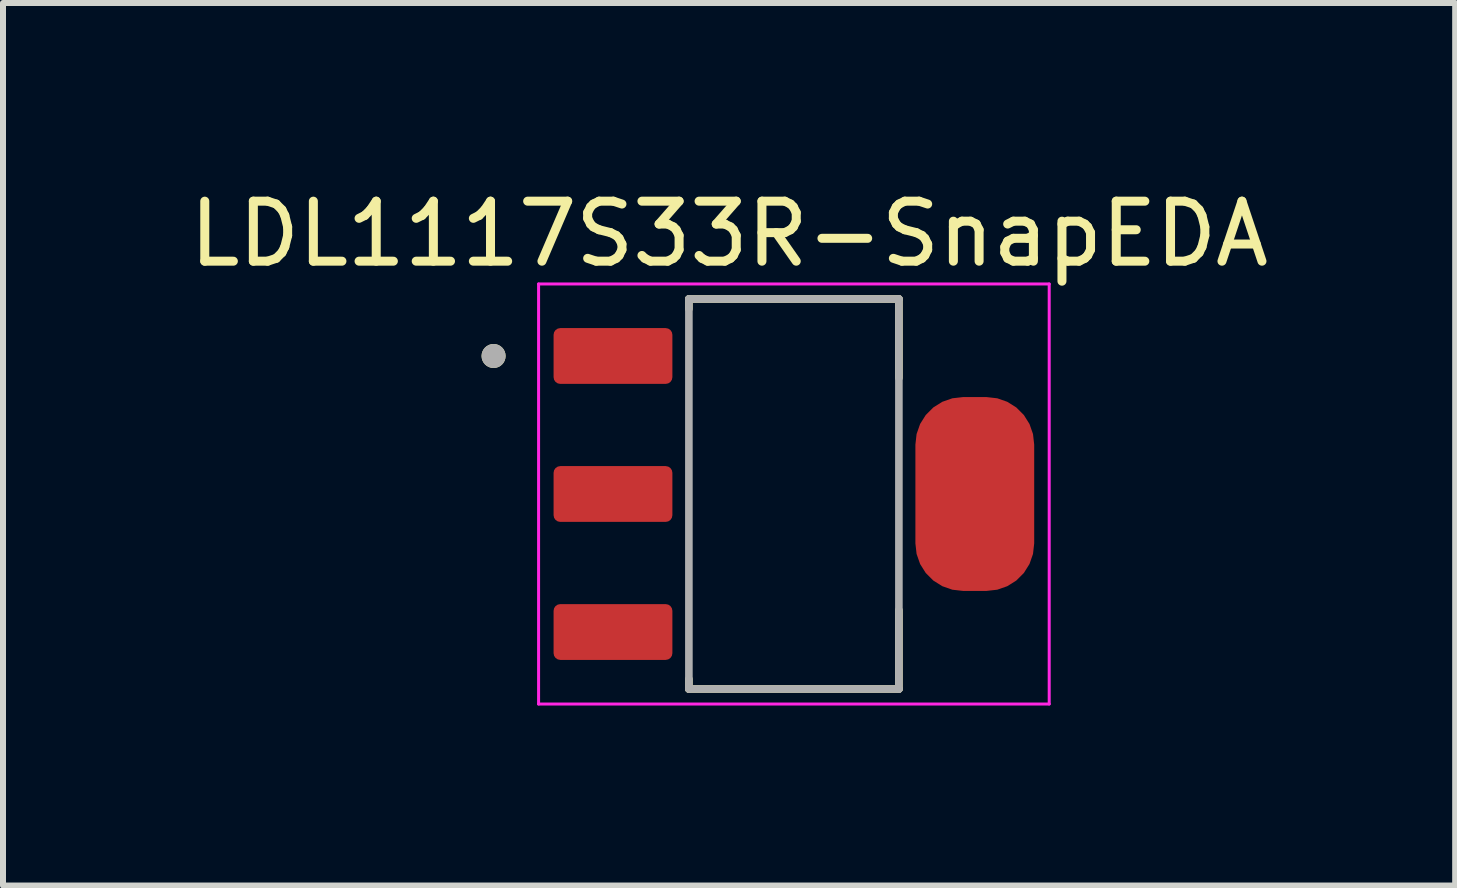
<source format=kicad_pcb>
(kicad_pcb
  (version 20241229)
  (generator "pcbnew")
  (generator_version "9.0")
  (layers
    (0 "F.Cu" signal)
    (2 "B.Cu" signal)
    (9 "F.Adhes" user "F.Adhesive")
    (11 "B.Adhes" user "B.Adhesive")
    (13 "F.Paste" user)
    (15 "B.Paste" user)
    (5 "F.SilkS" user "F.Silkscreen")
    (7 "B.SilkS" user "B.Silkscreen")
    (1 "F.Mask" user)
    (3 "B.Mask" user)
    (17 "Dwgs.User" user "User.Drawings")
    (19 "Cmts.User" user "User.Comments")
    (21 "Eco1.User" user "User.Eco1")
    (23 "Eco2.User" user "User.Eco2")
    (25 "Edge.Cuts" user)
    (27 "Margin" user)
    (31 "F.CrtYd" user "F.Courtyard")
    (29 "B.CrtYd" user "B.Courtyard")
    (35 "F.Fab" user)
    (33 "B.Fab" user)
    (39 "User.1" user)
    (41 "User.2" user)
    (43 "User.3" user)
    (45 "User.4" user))
  (footprint "LDL1117S33R-SnapEDA"
    (layer "F.Cu")
    (at 10.181 5.183)
    (property "Reference" "LDL1117S33R-SnapEDA" (at -1.08 -4.335 0) (layer "F.SilkS") (effects (font (size 1 1) (thickness 0.15))))
    (attr smd)
    (fp_line (start -1.75 -3.25) (end -1.75 -3.085) (stroke (width 0.127) (type solid)) (layer "F.SilkS"))
    (fp_line (start -1.75 3.25) (end -1.75 3.085) (stroke (width 0.127) (type solid)) (layer "F.SilkS"))
    (fp_line (start -1.75 3.25) (end 1.75 3.25) (stroke (width 0.127) (type solid)) (layer "F.SilkS"))
    (fp_line (start 1.75 -3.25) (end -1.75 -3.25) (stroke (width 0.127) (type solid)) (layer "F.SilkS"))
    (fp_line (start 1.75 -1.935) (end 1.75 -3.25) (stroke (width 0.127) (type solid)) (layer "F.SilkS"))
    (fp_line (start 1.75 3.25) (end 1.75 1.935) (stroke (width 0.127) (type solid)) (layer "F.SilkS"))
    (fp_circle (center -5.005 -2.3) (end -4.905 -2.3) (stroke (width 0.2) (type solid)) (fill no) (layer "F.SilkS"))
    (fp_line (start -4.255 -3.5) (end -4.255 3.5) (stroke (width 0.05) (type solid)) (layer "F.CrtYd"))
    (fp_line (start -4.255 3.5) (end 4.255 3.5) (stroke (width 0.05) (type solid)) (layer "F.CrtYd"))
    (fp_line (start 4.255 -3.5) (end -4.255 -3.5) (stroke (width 0.05) (type solid)) (layer "F.CrtYd"))
    (fp_line (start 4.255 3.5) (end 4.255 -3.5) (stroke (width 0.05) (type solid)) (layer "F.CrtYd"))
    (fp_line (start -1.75 -3.25) (end -1.75 3.25) (stroke (width 0.127) (type solid)) (layer "F.Fab"))
    (fp_line (start -1.75 3.25) (end 1.75 3.25) (stroke (width 0.127) (type solid)) (layer "F.Fab"))
    (fp_line (start 1.75 -3.25) (end -1.75 -3.25) (stroke (width 0.127) (type solid)) (layer "F.Fab"))
    (fp_line (start 1.75 3.25) (end 1.75 -3.25) (stroke (width 0.127) (type solid)) (layer "F.Fab"))
    (fp_circle (center -5.005 -2.3) (end -4.905 -2.3) (stroke (width 0.2) (type solid)) (fill no) (layer "F.Fab"))
    (pad "1" smd roundrect (at -3.015 -2.3) (size 1.98 0.93) (layers "F.Cu" "F.Mask" "F.Paste") (roundrect_rratio 0.12))
    (pad "2" smd roundrect (at -3.015 0) (size 1.98 0.93) (layers "F.Cu" "F.Mask" "F.Paste") (roundrect_rratio 0.12))
    (pad "3" smd roundrect (at -3.015 2.3) (size 1.98 0.93) (layers "F.Cu" "F.Mask" "F.Paste") (roundrect_rratio 0.12))
    (pad "4" smd roundrect (at 3.015 0) (size 1.98 3.23) (layers "F.Cu" "F.Mask" "F.Paste") (roundrect_rratio 0.4)))
  (gr_rect
    (start -3 -3)
    (end 21.202 11.708)
    (stroke (width 0.1) (type default))
    (fill no)
    (layer "Edge.Cuts")))
</source>
